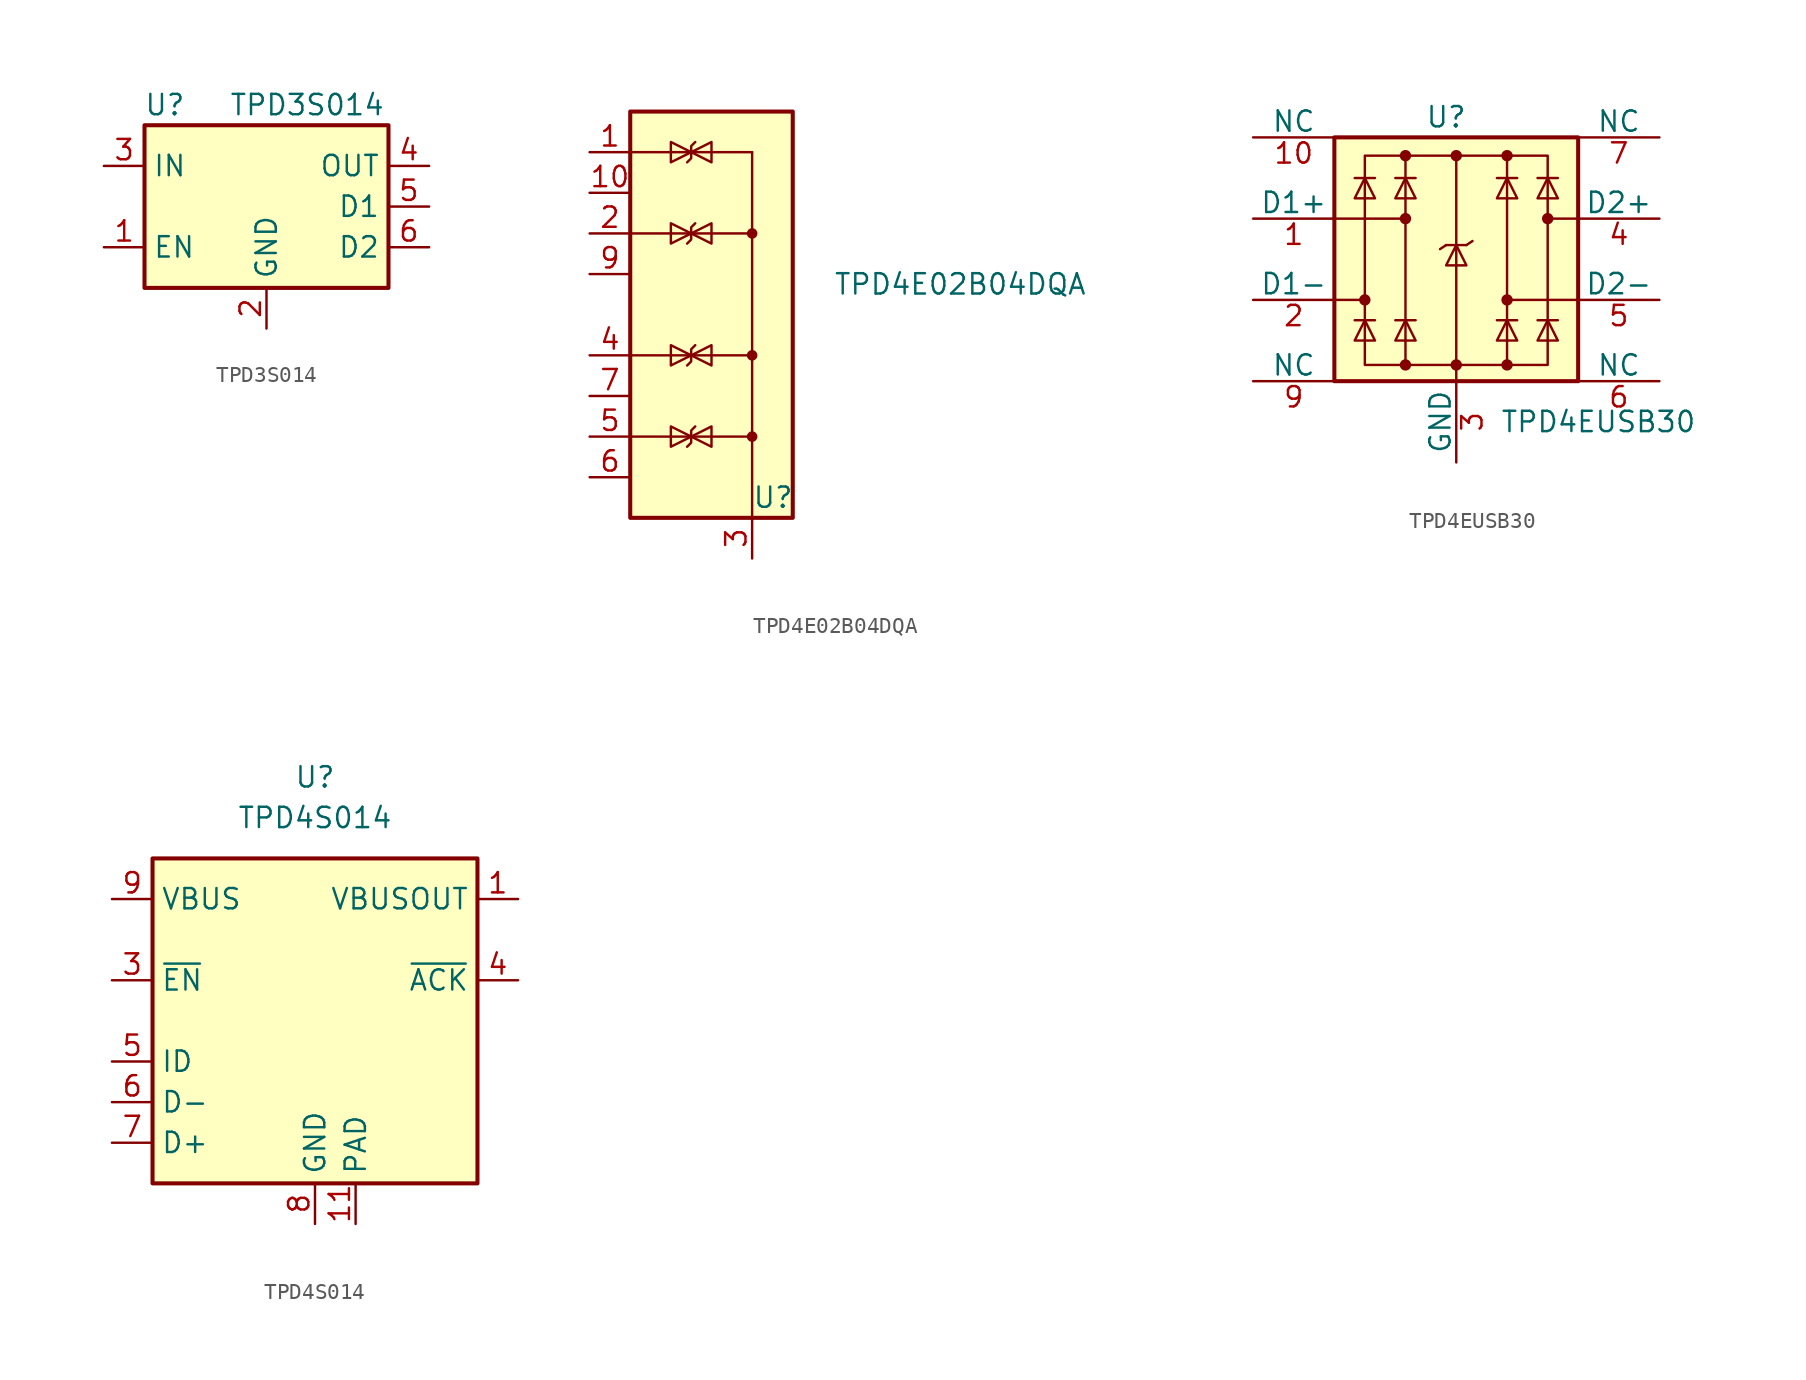
<source format=kicad_sym>
(kicad_symbol_lib
  (version 20241209)
  (generator "kicad_symbol_editor")
  (generator_version "9.0")
  (symbol "TPD3S014"
    (property "Reference" "U"
      (at -6.35 6.35 0)
      (effects (font (size 1.27 1.27))))
    (property "Value" "TPD3S014"
      (at 2.54 6.35 0)
      (effects (font (size 1.27 1.27))))
    (symbol "TPD3S014_0_1"
      (rectangle (start -7.62 5.08) (end 7.62 -5.08) (stroke (width 0.254) (type default)) (fill (type background))))
    (symbol "TPD3S014_1_1"
      (pin power_in line (at -10.16 2.54 0) (length 2.54) (name "IN" (effects (font (size 1.27 1.27)))) (number "3" (effects (font (size 1.27 1.27)))))
      (pin input line (at -10.16 -2.54 0) (length 2.54) (name "EN" (effects (font (size 1.27 1.27)))) (number "1" (effects (font (size 1.27 1.27)))))
      (pin power_in line (at 0 -7.62 90) (length 2.54) (name "GND" (effects (font (size 1.27 1.27)))) (number "2" (effects (font (size 1.27 1.27)))))
      (pin passive line (at 10.16 2.54 180) (length 2.54) (name "OUT" (effects (font (size 1.27 1.27)))) (number "4" (effects (font (size 1.27 1.27)))))
      (pin passive line (at 10.16 0 180) (length 2.54) (name "D1" (effects (font (size 1.27 1.27)))) (number "5" (effects (font (size 1.27 1.27)))))
      (pin passive line (at 10.16 -2.54 180) (length 2.54) (name "D2" (effects (font (size 1.27 1.27)))) (number "6" (effects (font (size 1.27 1.27)))))))
  (symbol "TPD4E02B04DQA"
    (pin_names
      (hide yes))
    (property "Reference" "U"
      (at 2.54 -11.43 0)
      (effects (font (size 1.27 1.27)) (justify left)))
    (property "Value" "TPD4E02B04DQA"
      (at 7.62 1.905 0)
      (effects (font (size 1.27 1.27)) (justify left)))
    (symbol "TPD4E02B04DQA_0_0"
      (pin passive line (at 2.54 -15.24 90) (length 2.54) (name "G" (effects (font (size 1.27 1.27)))) (number "3" (effects (font (size 1.27 1.27))))))
    (symbol "TPD4E02B04DQA_0_1"
      (rectangle (start -5.08 12.7) (end 5.08 -12.7) (stroke (width 0.254) (type default)) (fill (type background)))
      (polyline (pts (xy -5.08 10.16) (xy 2.54 10.16)) (stroke (width 0) (type default)) (fill (type none)))
      (polyline (pts (xy -5.08 5.08) (xy 2.54 5.08)) (stroke (width 0) (type default)) (fill (type none)))
      (polyline (pts (xy -5.08 -2.54) (xy 2.54 -2.54)) (stroke (width 0) (type default)) (fill (type none)))
      (polyline (pts (xy -5.08 -7.62) (xy 2.54 -7.62)) (stroke (width 0) (type default)) (fill (type none)))
      (polyline (pts (xy -1.27 10.16) (xy 0 9.525) (xy 0 10.795) (xy -1.27 10.16)) (stroke (width 0) (type default)) (fill (type none)))
      (polyline (pts (xy -1.27 5.08) (xy 0 4.445) (xy 0 5.715) (xy -1.27 5.08)) (stroke (width 0) (type default)) (fill (type none)))
      (polyline (pts (xy -1.27 -2.54) (xy 0 -3.175) (xy 0 -1.905) (xy -1.27 -2.54)) (stroke (width 0) (type default)) (fill (type none)))
      (polyline (pts (xy -1.27 -7.62) (xy 0 -8.255) (xy 0 -6.985) (xy -1.27 -7.62)) (stroke (width 0) (type default)) (fill (type none)))
      (polyline (pts (xy 2.54 10.16) (xy 2.54 -12.7)) (stroke (width 0.152) (type default)) (fill (type none)))
      (circle (center 2.54 5.08) (radius 0.254) (stroke (width 0) (type default)) (fill (type outline)))
      (circle (center 2.54 -2.54) (radius 0.254) (stroke (width 0) (type default)) (fill (type outline)))
      (circle (center 2.54 -7.62) (radius 0.254) (stroke (width 0) (type default)) (fill (type outline))))
    (symbol "TPD4E02B04DQA_1_1"
      (polyline (pts (xy -1.524 9.525) (xy -1.27 9.779) (xy -1.27 10.541) (xy -1.016 10.795)) (stroke (width 0) (type default)) (fill (type none)))
      (polyline (pts (xy -1.524 4.445) (xy -1.27 4.699) (xy -1.27 5.461) (xy -1.016 5.715)) (stroke (width 0) (type default)) (fill (type none)))
      (polyline (pts (xy -1.524 -3.175) (xy -1.27 -2.921) (xy -1.27 -2.159) (xy -1.016 -1.905)) (stroke (width 0) (type default)) (fill (type none)))
      (polyline (pts (xy -1.524 -8.255) (xy -1.27 -8.001) (xy -1.27 -7.239) (xy -1.016 -6.985)) (stroke (width 0) (type default)) (fill (type none)))
      (polyline (pts (xy -1.27 10.16) (xy -2.54 9.525) (xy -2.54 10.795) (xy -1.27 10.16)) (stroke (width 0) (type default)) (fill (type none)))
      (polyline (pts (xy -1.27 5.08) (xy -2.54 4.445) (xy -2.54 5.715) (xy -1.27 5.08)) (stroke (width 0) (type default)) (fill (type none)))
      (polyline (pts (xy -1.27 -2.54) (xy -2.54 -3.175) (xy -2.54 -1.905) (xy -1.27 -2.54)) (stroke (width 0) (type default)) (fill (type none)))
      (polyline (pts (xy -1.27 -7.62) (xy -2.54 -8.255) (xy -2.54 -6.985) (xy -1.27 -7.62)) (stroke (width 0) (type default)) (fill (type none)))
      (pin passive line (at -7.62 10.16 0) (length 2.54) (name "IO1" (effects (font (size 1.27 1.27)))) (number "1" (effects (font (size 1.27 1.27)))))
      (pin free line (at -7.62 7.62 0) (length 2.54) (name "NC" (effects (font (size 1.27 1.27)))) (number "10" (effects (font (size 1.27 1.27)))))
      (pin passive line (at -7.62 5.08 0) (length 2.54) (name "IO2" (effects (font (size 1.27 1.27)))) (number "2" (effects (font (size 1.27 1.27)))))
      (pin free line (at -7.62 2.54 0) (length 2.54) (name "NC" (effects (font (size 1.27 1.27)))) (number "9" (effects (font (size 1.27 1.27)))))
      (pin passive line (at -7.62 -2.54 0) (length 2.54) (name "IO3" (effects (font (size 1.27 1.27)))) (number "4" (effects (font (size 1.27 1.27)))))
      (pin free line (at -7.62 -5.08 0) (length 2.54) (name "NC" (effects (font (size 1.27 1.27)))) (number "7" (effects (font (size 1.27 1.27)))))
      (pin passive line (at -7.62 -7.62 0) (length 2.54) (name "IO4" (effects (font (size 1.27 1.27)))) (number "5" (effects (font (size 1.27 1.27)))))
      (pin free line (at -7.62 -10.16 0) (length 2.54) (name "NC" (effects (font (size 1.27 1.27)))) (number "6" (effects (font (size 1.27 1.27)))))
      (pin passive line (at 2.54 -15.24 90) (length 2.54) (hide yes) (name "G" (effects (font (size 1.27 1.27)))) (number "8" (effects (font (size 1.27 1.27)))))))
  (symbol "TPD4EUSB30"
    (pin_names
      (offset 0))
    (property "Reference" "U"
      (at -0.635 8.89 0)
      (effects (font (size 1.27 1.27))))
    (property "Value" "TPD4EUSB30"
      (at 8.89 -10.16 0)
      (effects (font (size 1.27 1.27))))
    (symbol "TPD4EUSB30_0_0"
      (rectangle (start -5.715 6.477) (end 5.715 -6.604) (stroke (width 0) (type default)) (fill (type none)))
      (polyline (pts (xy -3.175 -6.604) (xy -3.175 6.477)) (stroke (width 0) (type default)) (fill (type none)))
      (polyline (pts (xy 0 6.477) (xy 0 -6.604)) (stroke (width 0) (type default)) (fill (type none)))
      (polyline (pts (xy 3.175 6.477) (xy 3.175 -6.604)) (stroke (width 0) (type default)) (fill (type none))))
    (symbol "TPD4EUSB30_0_1"
      (polyline (pts (xy -7.747 2.54) (xy -3.175 2.54)) (stroke (width 0) (type default)) (fill (type none)))
      (rectangle (start -7.62 7.62) (end 7.62 -7.62) (stroke (width 0.254) (type default)) (fill (type background)))
      (polyline (pts (xy -7.62 -2.54) (xy -5.715 -2.54)) (stroke (width 0) (type default)) (fill (type none)))
      (circle (center -5.715 -2.54) (radius 0.279) (stroke (width 0) (type default)) (fill (type outline)))
      (polyline (pts (xy -5.08 5.08) (xy -6.35 5.08)) (stroke (width 0) (type default)) (fill (type none)))
      (polyline (pts (xy -5.08 3.81) (xy -6.35 3.81) (xy -5.715 5.08) (xy -5.08 3.81)) (stroke (width 0) (type default)) (fill (type none)))
      (polyline (pts (xy -5.08 -3.81) (xy -6.35 -3.81)) (stroke (width 0) (type default)) (fill (type none)))
      (polyline (pts (xy -5.08 -5.08) (xy -6.35 -5.08) (xy -5.715 -3.81) (xy -5.08 -5.08)) (stroke (width 0) (type default)) (fill (type none)))
      (circle (center -3.175 6.477) (radius 0.279) (stroke (width 0) (type default)) (fill (type outline)))
      (circle (center -3.175 2.54) (radius 0.279) (stroke (width 0) (type default)) (fill (type outline)))
      (circle (center -3.175 -6.604) (radius 0.279) (stroke (width 0) (type default)) (fill (type outline)))
      (polyline (pts (xy -2.54 5.08) (xy -3.81 5.08)) (stroke (width 0) (type default)) (fill (type none)))
      (polyline (pts (xy -2.54 3.81) (xy -3.81 3.81) (xy -3.175 5.08) (xy -2.54 3.81)) (stroke (width 0) (type default)) (fill (type none)))
      (polyline (pts (xy -2.54 -3.81) (xy -3.81 -3.81)) (stroke (width 0) (type default)) (fill (type none)))
      (polyline (pts (xy -2.54 -5.08) (xy -3.81 -5.08) (xy -3.175 -3.81) (xy -2.54 -5.08)) (stroke (width 0) (type default)) (fill (type none)))
      (polyline (pts (xy -0.635 0.889) (xy -1.016 0.635)) (stroke (width 0) (type default)) (fill (type none)))
      (circle (center 0 6.477) (radius 0.279) (stroke (width 0) (type default)) (fill (type outline)))
      (polyline (pts (xy 0 -6.604) (xy 0 -7.62)) (stroke (width 0) (type default)) (fill (type none)))
      (circle (center 0 -6.604) (radius 0.279) (stroke (width 0) (type default)) (fill (type outline)))
      (polyline (pts (xy 0.635 0.889) (xy -0.635 0.889)) (stroke (width 0) (type default)) (fill (type none)))
      (polyline (pts (xy 0.635 0.889) (xy 1.016 1.143)) (stroke (width 0) (type default)) (fill (type none)))
      (polyline (pts (xy 0.635 -0.381) (xy -0.635 -0.381) (xy 0 0.889) (xy 0.635 -0.381)) (stroke (width 0) (type default)) (fill (type none)))
      (circle (center 3.175 6.477) (radius 0.279) (stroke (width 0) (type default)) (fill (type outline)))
      (circle (center 3.175 -2.54) (radius 0.279) (stroke (width 0) (type default)) (fill (type outline)))
      (circle (center 3.175 -6.604) (radius 0.279) (stroke (width 0) (type default)) (fill (type outline)))
      (polyline (pts (xy 3.81 5.08) (xy 2.54 5.08)) (stroke (width 0) (type default)) (fill (type none)))
      (polyline (pts (xy 3.81 3.81) (xy 2.54 3.81) (xy 3.175 5.08) (xy 3.81 3.81)) (stroke (width 0) (type default)) (fill (type none)))
      (polyline (pts (xy 3.81 -3.81) (xy 2.54 -3.81)) (stroke (width 0) (type default)) (fill (type none)))
      (polyline (pts (xy 3.81 -5.08) (xy 2.54 -5.08) (xy 3.175 -3.81) (xy 3.81 -5.08)) (stroke (width 0) (type default)) (fill (type none)))
      (circle (center 5.715 2.54) (radius 0.279) (stroke (width 0) (type default)) (fill (type outline)))
      (polyline (pts (xy 6.35 5.08) (xy 5.08 5.08)) (stroke (width 0) (type default)) (fill (type none)))
      (polyline (pts (xy 6.35 3.81) (xy 5.08 3.81) (xy 5.715 5.08) (xy 6.35 3.81)) (stroke (width 0) (type default)) (fill (type none)))
      (polyline (pts (xy 6.35 -3.81) (xy 5.08 -3.81)) (stroke (width 0) (type default)) (fill (type none)))
      (polyline (pts (xy 6.35 -5.08) (xy 5.08 -5.08) (xy 5.715 -3.81) (xy 6.35 -5.08)) (stroke (width 0) (type default)) (fill (type none)))
      (polyline (pts (xy 7.62 2.54) (xy 5.715 2.54)) (stroke (width 0) (type default)) (fill (type none)))
      (polyline (pts (xy 7.62 -2.54) (xy 3.175 -2.54)) (stroke (width 0) (type default)) (fill (type none))))
    (symbol "TPD4EUSB30_1_1"
      (pin free line (at -12.7 7.62 0) (length 5.08) (name "NC" (effects (font (size 1.27 1.27)))) (number "10" (effects (font (size 1.27 1.27)))))
      (pin passive line (at -12.7 2.54 0) (length 5.08) (name "D1+" (effects (font (size 1.27 1.27)))) (number "1" (effects (font (size 1.27 1.27)))))
      (pin passive line (at -12.7 -2.54 0) (length 5.08) (name "D1-" (effects (font (size 1.27 1.27)))) (number "2" (effects (font (size 1.27 1.27)))))
      (pin free line (at -12.7 -7.62 0) (length 5.08) (name "NC" (effects (font (size 1.27 1.27)))) (number "9" (effects (font (size 1.27 1.27)))))
      (pin power_in line (at 0 -12.7 90) (length 5.08) (name "GND" (effects (font (size 1.27 1.27)))) (number "3" (effects (font (size 1.27 1.27)))))
      (pin passive line (at 0 -12.7 90) (length 5.08) (hide yes) (name "GND" (effects (font (size 1.27 1.27)))) (number "8" (effects (font (size 1.27 1.27)))))
      (pin free line (at 12.7 7.62 180) (length 5.08) (name "NC" (effects (font (size 1.27 1.27)))) (number "7" (effects (font (size 1.27 1.27)))))
      (pin passive line (at 12.7 2.54 180) (length 5.08) (name "D2+" (effects (font (size 1.27 1.27)))) (number "4" (effects (font (size 1.27 1.27)))))
      (pin passive line (at 12.7 -2.54 180) (length 5.08) (name "D2-" (effects (font (size 1.27 1.27)))) (number "5" (effects (font (size 1.27 1.27)))))
      (pin free line (at 12.7 -7.62 180) (length 5.08) (name "NC" (effects (font (size 1.27 1.27)))) (number "6" (effects (font (size 1.27 1.27)))))))
  (symbol "TPD4S014"
    (property "Reference" "U"
      (at 0 15.24 0)
      (effects (font (size 1.27 1.27))))
    (property "Value" "TPD4S014"
      (at 0 12.7 0)
      (effects (font (size 1.27 1.27))))
    (symbol "TPD4S014_0_1"
      (rectangle (start -10.16 10.16) (end 10.16 -10.16) (stroke (width 0.254) (type default)) (fill (type background))))
    (symbol "TPD4S014_1_1"
      (pin passive line (at -12.7 7.62 0) (length 2.54) (hide yes) (name "VBUS" (effects (font (size 1.27 1.27)))) (number "10" (effects (font (size 1.27 1.27)))))
      (pin power_in line (at -12.7 7.62 0) (length 2.54) (name "VBUS" (effects (font (size 1.27 1.27)))) (number "9" (effects (font (size 1.27 1.27)))))
      (pin input line (at -12.7 2.54 0) (length 2.54) (name "~{EN}" (effects (font (size 1.27 1.27)))) (number "3" (effects (font (size 1.27 1.27)))))
      (pin passive line (at -12.7 -2.54 0) (length 2.54) (name "ID" (effects (font (size 1.27 1.27)))) (number "5" (effects (font (size 1.27 1.27)))))
      (pin passive line (at -12.7 -5.08 0) (length 2.54) (name "D-" (effects (font (size 1.27 1.27)))) (number "6" (effects (font (size 1.27 1.27)))))
      (pin passive line (at -12.7 -7.62 0) (length 2.54) (name "D+" (effects (font (size 1.27 1.27)))) (number "7" (effects (font (size 1.27 1.27)))))
      (pin power_in line (at 0 -12.7 90) (length 2.54) (name "GND" (effects (font (size 1.27 1.27)))) (number "8" (effects (font (size 1.27 1.27)))))
      (pin power_in line (at 2.54 -12.7 90) (length 2.54) (name "PAD" (effects (font (size 1.27 1.27)))) (number "11" (effects (font (size 1.27 1.27)))))
      (pin power_out line (at 12.7 7.62 180) (length 2.54) (name "VBUSOUT" (effects (font (size 1.27 1.27)))) (number "1" (effects (font (size 1.27 1.27)))))
      (pin passive line (at 12.7 7.62 180) (length 2.54) (hide yes) (name "VBUSOUT" (effects (font (size 1.27 1.27)))) (number "2" (effects (font (size 1.27 1.27)))))
      (pin open_collector line (at 12.7 2.54 180) (length 2.54) (name "~{ACK}" (effects (font (size 1.27 1.27)))) (number "4" (effects (font (size 1.27 1.27))))))))
</source>
